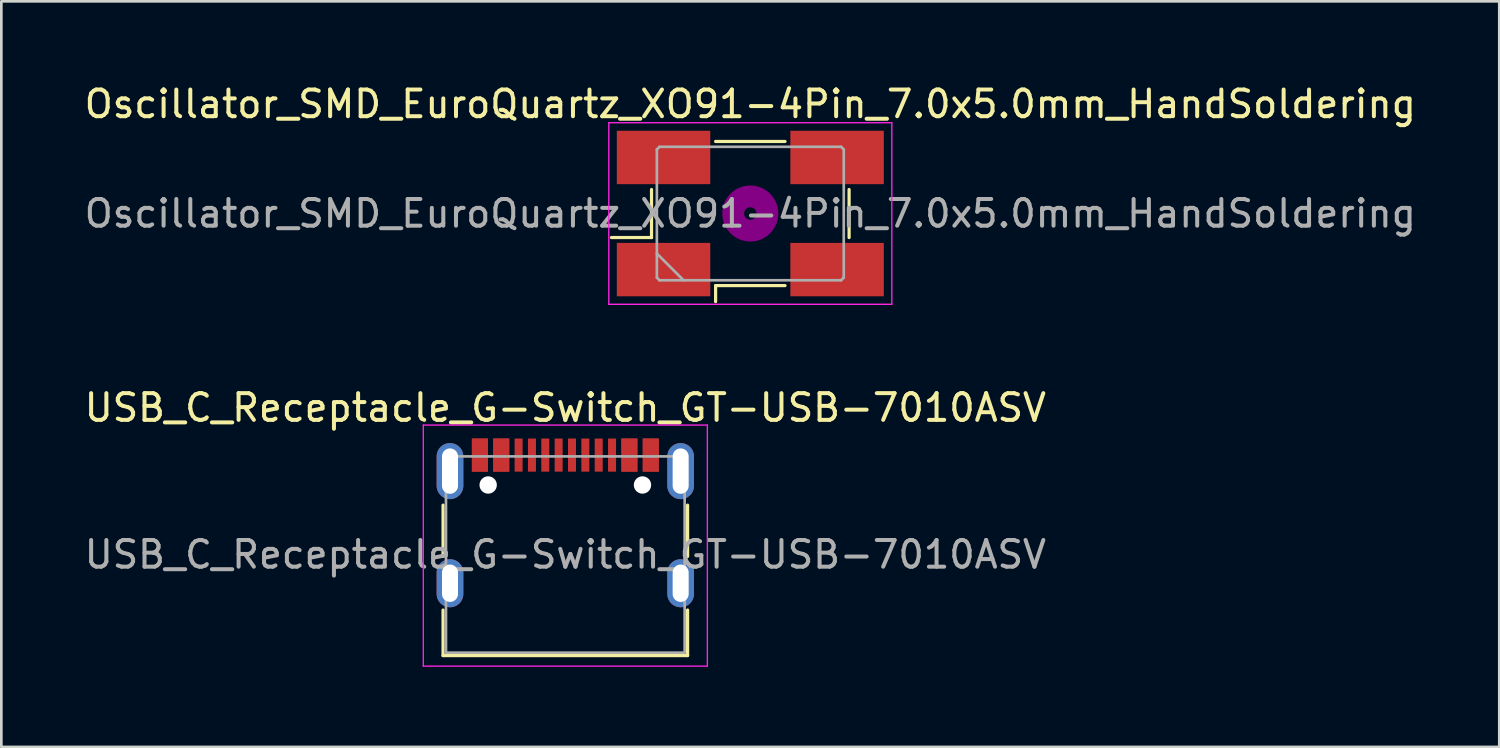
<source format=kicad_pcb>
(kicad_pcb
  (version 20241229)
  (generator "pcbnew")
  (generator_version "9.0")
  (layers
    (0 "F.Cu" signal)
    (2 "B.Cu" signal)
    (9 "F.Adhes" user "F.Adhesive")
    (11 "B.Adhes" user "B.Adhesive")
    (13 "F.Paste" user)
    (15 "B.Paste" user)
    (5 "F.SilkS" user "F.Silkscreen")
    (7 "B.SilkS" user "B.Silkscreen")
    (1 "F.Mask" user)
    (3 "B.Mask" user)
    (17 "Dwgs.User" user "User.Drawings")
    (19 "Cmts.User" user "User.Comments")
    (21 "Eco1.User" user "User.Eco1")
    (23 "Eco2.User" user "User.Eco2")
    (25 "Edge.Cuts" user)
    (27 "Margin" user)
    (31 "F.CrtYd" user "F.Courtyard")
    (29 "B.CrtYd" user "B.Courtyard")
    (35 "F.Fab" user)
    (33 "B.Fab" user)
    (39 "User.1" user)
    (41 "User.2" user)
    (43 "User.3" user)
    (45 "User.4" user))
  (footprint "USB_C_Receptacle_G-Switch_GT-USB-7010ASV"
    (layer "F.Cu")
    (at 18.125 17.721)
    (property "Reference" "USB_C_Receptacle_G-Switch_GT-USB-7010ASV" (at 0 -5.5 0) (layer "F.SilkS") (effects (font (size 1 1) (thickness 0.15))))
    (attr through_hole)
    (fp_line (start -4.58 -1.85) (end -4.58 0.07) (stroke (width 0.12) (type solid)) (layer "F.SilkS"))
    (fp_line (start -4.58 3.785) (end -4.58 2.08) (stroke (width 0.12) (type solid)) (layer "F.SilkS"))
    (fp_line (start 4.58 0.07) (end 4.58 -1.85) (stroke (width 0.12) (type solid)) (layer "F.SilkS"))
    (fp_line (start 4.58 2.08) (end 4.58 3.785) (stroke (width 0.12) (type solid)) (layer "F.SilkS"))
    (fp_line (start 4.58 3.785) (end -4.58 3.785) (stroke (width 0.12) (type solid)) (layer "F.SilkS"))
    (fp_line (start -5.32 -4.85) (end 5.32 -4.85) (stroke (width 0.05) (type solid)) (layer "F.CrtYd"))
    (fp_line (start -5.32 4.18) (end -5.32 -4.85) (stroke (width 0.05) (type solid)) (layer "F.CrtYd"))
    (fp_line (start 5.32 -4.85) (end 5.32 4.18) (stroke (width 0.05) (type solid)) (layer "F.CrtYd"))
    (fp_line (start 5.32 4.18) (end -5.32 4.18) (stroke (width 0.05) (type solid)) (layer "F.CrtYd"))
    (fp_line (start -4.47 -3.675) (end -4.47 3.675) (stroke (width 0.1) (type solid)) (layer "F.Fab"))
    (fp_line (start -4.47 -3.675) (end 4.47 -3.675) (stroke (width 0.1) (type solid)) (layer "F.Fab"))
    (fp_line (start -4.47 3.675) (end 4.47 3.675) (stroke (width 0.1) (type solid)) (layer "F.Fab"))
    (fp_line (start 4.47 3.675) (end 4.47 -3.675) (stroke (width 0.1) (type solid)) (layer "F.Fab"))
    (fp_text user "${REFERENCE}" (at 0 0 0) (layer "F.Fab") (effects (font (size 1 1) (thickness 0.15))))
    (pad "" np_thru_hole circle (at -2.89 -2.605) (size 0.65 0.65) (drill 0.65) (layers "*.Cu" "*.Mask"))
    (pad "" np_thru_hole circle (at 2.89 -2.605) (size 0.65 0.65) (drill 0.65) (layers "*.Cu" "*.Mask"))
    (pad "A1" smd rect (at -3.2 -3.725) (size 0.6 1.24) (layers "F.Cu" "F.Mask" "F.Paste"))
    (pad "A4" smd rect (at -2.4 -3.725) (size 0.6 1.24) (layers "F.Cu" "F.Mask" "F.Paste"))
    (pad "A5" smd rect (at -1.25 -3.725) (size 0.3 1.24) (layers "F.Cu" "F.Mask" "F.Paste"))
    (pad "A6" smd rect (at -0.25 -3.725) (size 0.3 1.24) (layers "F.Cu" "F.Mask" "F.Paste"))
    (pad "A7" smd rect (at 0.25 -3.725) (size 0.3 1.24) (layers "F.Cu" "F.Mask" "F.Paste"))
    (pad "A8" smd rect (at 1.25 -3.725) (size 0.3 1.24) (layers "F.Cu" "F.Mask" "F.Paste"))
    (pad "A9" smd rect (at 2.4 -3.725) (size 0.6 1.24) (layers "F.Cu" "F.Mask" "F.Paste"))
    (pad "A12" smd rect (at 3.2 -3.725) (size 0.6 1.24) (layers "F.Cu" "F.Mask" "F.Paste"))
    (pad "B1" smd rect (at 3.2 -3.725) (size 0.6 1.24) (layers "F.Cu" "F.Mask" "F.Paste"))
    (pad "B4" smd rect (at 2.4 -3.725) (size 0.6 1.24) (layers "F.Cu" "F.Mask" "F.Paste"))
    (pad "B5" smd rect (at 1.75 -3.725) (size 0.3 1.24) (layers "F.Cu" "F.Mask" "F.Paste"))
    (pad "B6" smd rect (at 0.75 -3.725) (size 0.3 1.24) (layers "F.Cu" "F.Mask" "F.Paste"))
    (pad "B7" smd rect (at -0.75 -3.725) (size 0.3 1.24) (layers "F.Cu" "F.Mask" "F.Paste"))
    (pad "B8" smd rect (at -1.75 -3.725) (size 0.3 1.24) (layers "F.Cu" "F.Mask" "F.Paste"))
    (pad "B9" smd rect (at -2.4 -3.725) (size 0.6 1.24) (layers "F.Cu" "F.Mask" "F.Paste"))
    (pad "B12" smd rect (at -3.2 -3.725) (size 0.6 1.24) (layers "F.Cu" "F.Mask" "F.Paste"))
    (pad "S1" thru_hole oval (at -4.32 -3.125) (size 1 2.1) (drill oval 0.6 1.7) (layers "*.Cu" "*.Mask"))
    (pad "S1" thru_hole oval (at -4.32 1.075) (size 1 1.8) (drill oval 0.6 1.4) (layers "*.Cu" "*.Mask"))
    (pad "S1" thru_hole oval (at 4.32 -3.125) (size 1 2.1) (drill oval 0.6 1.7) (layers "*.Cu" "*.Mask"))
    (pad "S1" thru_hole oval (at 4.32 1.075) (size 1 1.8) (drill oval 0.6 1.4) (layers "*.Cu" "*.Mask")))
  (footprint "Oscillator_SMD_EuroQuartz_XO91-4Pin_7.0x5.0mm_HandSoldering"
    (layer "F.Cu")
    (at 25.054 4.948)
    (property "Reference" "Oscillator_SMD_EuroQuartz_XO91-4Pin_7.0x5.0mm_HandSoldering" (at 0 -4.1 0) (layer "F.SilkS") (effects (font (size 1 1) (thickness 0.15))))
    (attr smd)
    (fp_line (start -5.2 0.9) (end -3.7 0.9) (stroke (width 0.12) (type solid)) (layer "F.SilkS"))
    (fp_line (start -3.7 0.9) (end -3.7 -0.9) (stroke (width 0.12) (type solid)) (layer "F.SilkS"))
    (fp_line (start -1.3 -2.7) (end 1.3 -2.7) (stroke (width 0.12) (type solid)) (layer "F.SilkS"))
    (fp_line (start -1.3 2.7) (end -1.3 3.3) (stroke (width 0.12) (type solid)) (layer "F.SilkS"))
    (fp_line (start 1.3 2.7) (end -1.3 2.7) (stroke (width 0.12) (type solid)) (layer "F.SilkS"))
    (fp_line (start 3.7 -0.9) (end 3.7 0.9) (stroke (width 0.12) (type solid)) (layer "F.SilkS"))
    (fp_circle (center 0 0) (end 0.233 0) (stroke (width 0.467) (type solid)) (fill no) (layer "F.Adhes"))
    (fp_circle (center 0 0) (end 0.533 0) (stroke (width 0.333) (type solid)) (fill no) (layer "F.Adhes"))
    (fp_circle (center 0 0) (end 0.833 0) (stroke (width 0.333) (type solid)) (fill no) (layer "F.Adhes"))
    (fp_circle (center 0 0) (end 1 0) (stroke (width 0.1) (type solid)) (fill no) (layer "F.Adhes"))
    (fp_line (start -5.3 -3.4) (end -5.3 3.4) (stroke (width 0.05) (type solid)) (layer "F.CrtYd"))
    (fp_line (start -5.3 3.4) (end 5.3 3.4) (stroke (width 0.05) (type solid)) (layer "F.CrtYd"))
    (fp_line (start 5.3 -3.4) (end -5.3 -3.4) (stroke (width 0.05) (type solid)) (layer "F.CrtYd"))
    (fp_line (start 5.3 3.4) (end 5.3 -3.4) (stroke (width 0.05) (type solid)) (layer "F.CrtYd"))
    (fp_line (start -3.5 -2.4) (end -3.4 -2.5) (stroke (width 0.1) (type solid)) (layer "F.Fab"))
    (fp_line (start -3.5 1.5) (end -2.5 2.5) (stroke (width 0.1) (type solid)) (layer "F.Fab"))
    (fp_line (start -3.5 2.4) (end -3.5 -2.4) (stroke (width 0.1) (type solid)) (layer "F.Fab"))
    (fp_line (start -3.4 -2.5) (end 3.4 -2.5) (stroke (width 0.1) (type solid)) (layer "F.Fab"))
    (fp_line (start -3.4 2.5) (end -3.5 2.4) (stroke (width 0.1) (type solid)) (layer "F.Fab"))
    (fp_line (start 3.4 -2.5) (end 3.5 -2.4) (stroke (width 0.1) (type solid)) (layer "F.Fab"))
    (fp_line (start 3.4 2.5) (end -3.4 2.5) (stroke (width 0.1) (type solid)) (layer "F.Fab"))
    (fp_line (start 3.5 -2.4) (end 3.5 2.4) (stroke (width 0.1) (type solid)) (layer "F.Fab"))
    (fp_line (start 3.5 2.4) (end 3.4 2.5) (stroke (width 0.1) (type solid)) (layer "F.Fab"))
    (fp_text user "${REFERENCE}" (at 0 0 0) (layer "F.Fab") (effects (font (size 1 1) (thickness 0.15))))
    (pad "1" smd rect (at -3.25 2.1) (size 3.5 2) (layers "F.Cu" "F.Mask" "F.Paste"))
    (pad "2" smd rect (at 3.25 2.1) (size 3.5 2) (layers "F.Cu" "F.Mask" "F.Paste"))
    (pad "3" smd rect (at 3.25 -2.1) (size 3.5 2) (layers "F.Cu" "F.Mask" "F.Paste"))
    (pad "4" smd rect (at -3.25 -2.1) (size 3.5 2) (layers "F.Cu" "F.Mask" "F.Paste")))
  (gr_rect
    (start -3 -3)
    (end 53.107 24.927)
    (stroke (width 0.1) (type default))
    (fill no)
    (layer "Edge.Cuts")))
</source>
